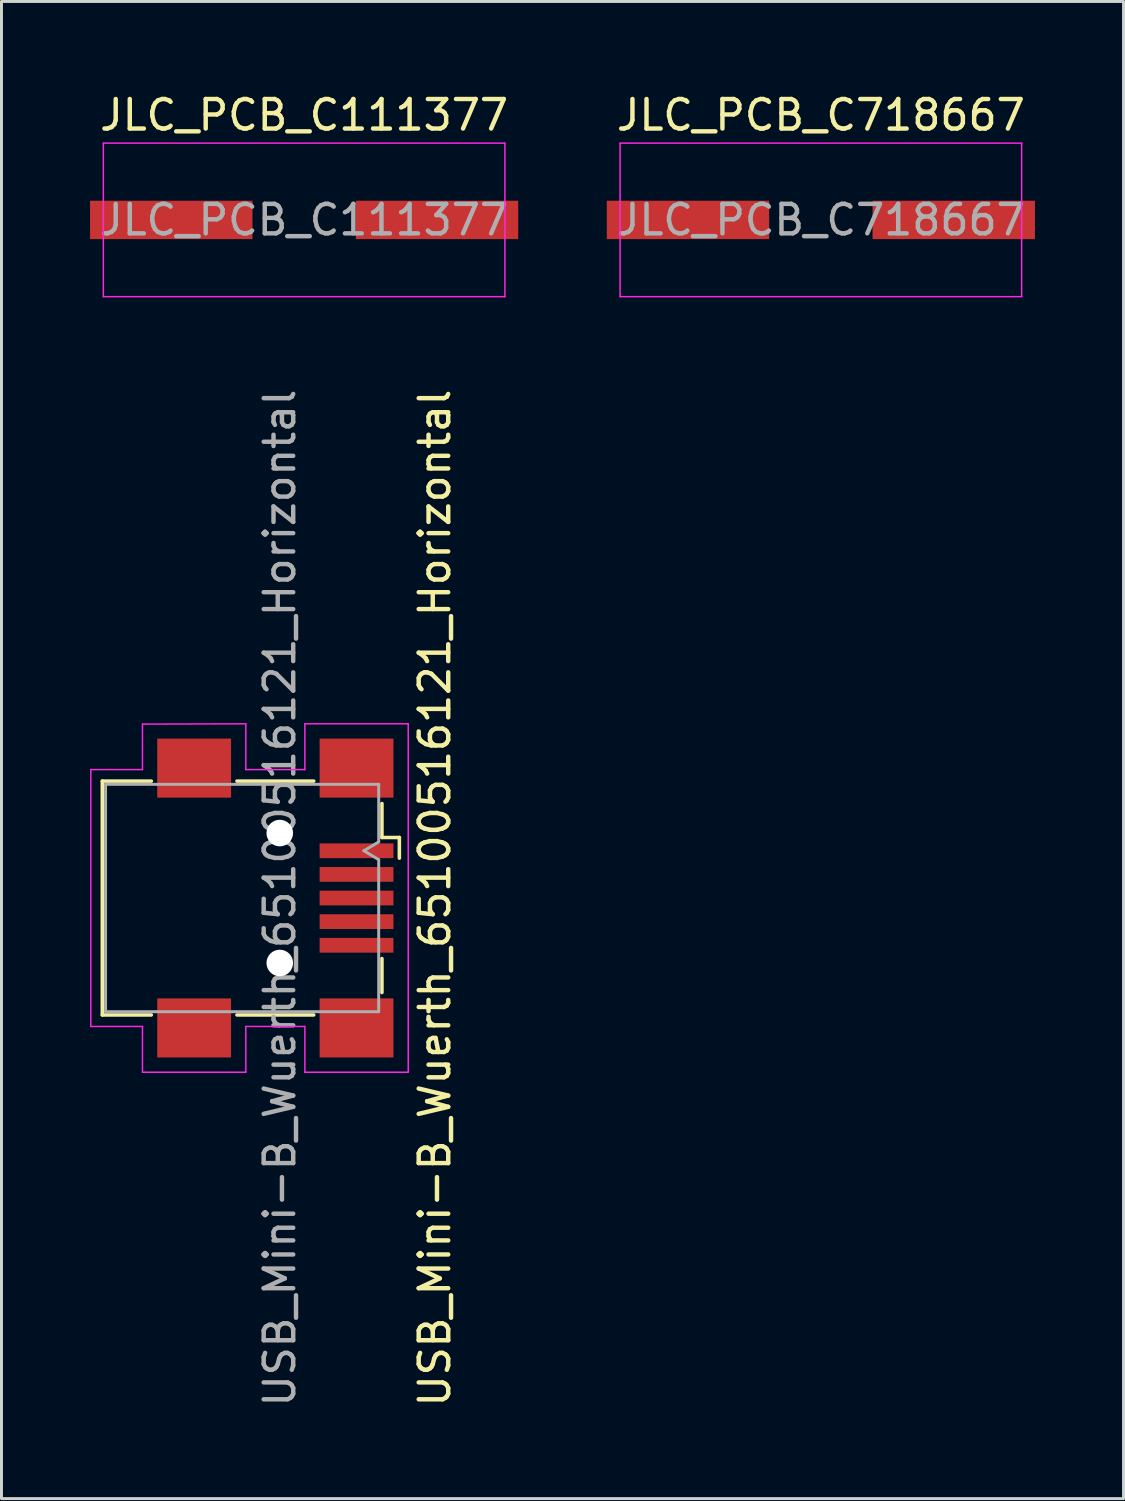
<source format=kicad_pcb>
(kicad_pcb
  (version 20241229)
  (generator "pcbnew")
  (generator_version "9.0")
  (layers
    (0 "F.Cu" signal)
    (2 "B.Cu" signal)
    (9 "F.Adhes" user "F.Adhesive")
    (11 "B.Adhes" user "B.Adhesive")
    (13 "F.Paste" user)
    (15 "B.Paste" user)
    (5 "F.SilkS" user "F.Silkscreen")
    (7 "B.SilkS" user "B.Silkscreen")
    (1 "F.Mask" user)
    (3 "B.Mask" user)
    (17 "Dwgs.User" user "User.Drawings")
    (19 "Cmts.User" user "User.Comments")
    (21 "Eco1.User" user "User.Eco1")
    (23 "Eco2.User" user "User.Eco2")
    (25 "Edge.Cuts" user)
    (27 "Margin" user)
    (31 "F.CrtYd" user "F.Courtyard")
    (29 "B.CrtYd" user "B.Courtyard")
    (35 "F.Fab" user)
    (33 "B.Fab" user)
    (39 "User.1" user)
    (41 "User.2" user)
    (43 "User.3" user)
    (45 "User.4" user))
  (footprint "JLC_PCB_C111377"
    (layer "F.Cu")
    (at 7.25 4.398)
    (property "Reference" "JLC_PCB_C111377" (at 0 -3.55 0) (layer "F.SilkS") (effects (font (size 1 1) (thickness 0.15))))
    (attr smd)
    (fp_line (start -6.8 -2.6) (end -6.8 2.6) (stroke (width 0.05) (type solid)) (layer "F.CrtYd"))
    (fp_line (start -6.8 2.6) (end 6.8 2.6) (stroke (width 0.05) (type solid)) (layer "F.CrtYd"))
    (fp_line (start 6.8 -2.6) (end -6.8 -2.6) (stroke (width 0.05) (type solid)) (layer "F.CrtYd"))
    (fp_line (start 6.8 2.6) (end 6.8 -2.6) (stroke (width 0.05) (type solid)) (layer "F.CrtYd"))
    (fp_text user "${REFERENCE}" (at 0 0 0) (layer "F.Fab") (effects (font (size 1 1) (thickness 0.15))))
    (pad "1" smd rect (at -4.5 0) (size 5.5 1.3) (layers "F.Cu" "F.Mask" "F.Paste"))
    (pad "2" smd rect (at 4.5 0) (size 5.5 1.3) (layers "F.Cu" "F.Mask" "F.Paste")))
  (footprint "USB_Mini-B_Wuerth_65100516121_Horizontal"
    (layer "F.Cu")
    (at 5.525 26.788)
    (property "Reference" "USB_Mini-B_Wuerth_65100516121_Horizontal" (at 6.15 0.575 270) (layer "F.SilkS") (effects (font (size 1 1) (thickness 0.15))))
    (attr smd)
    (fp_line (start -5.11 -3.385) (end -5.11 4.535) (stroke (width 0.12) (type solid)) (layer "F.SilkS"))
    (fp_line (start -5.11 4.535) (end -3.45 4.535) (stroke (width 0.12) (type solid)) (layer "F.SilkS"))
    (fp_line (start -3.45 -3.385) (end -5.11 -3.385) (stroke (width 0.12) (type solid)) (layer "F.SilkS"))
    (fp_line (start -0.55 -3.385) (end 2.05 -3.385) (stroke (width 0.12) (type solid)) (layer "F.SilkS"))
    (fp_line (start 2.05 4.535) (end -0.55 4.535) (stroke (width 0.12) (type solid)) (layer "F.SilkS"))
    (fp_line (start 4.36 -2.625) (end 4.36 -1.475) (stroke (width 0.12) (type solid)) (layer "F.SilkS"))
    (fp_line (start 4.36 -1.475) (end 4.95 -1.475) (stroke (width 0.12) (type solid)) (layer "F.SilkS"))
    (fp_line (start 4.36 2.625) (end 4.36 3.775) (stroke (width 0.12) (type solid)) (layer "F.SilkS"))
    (fp_line (start 4.95 -1.475) (end 4.95 -0.775) (stroke (width 0.12) (type solid)) (layer "F.SilkS"))
    (fp_line (start -5.5 -3.775) (end -3.75 -3.775) (stroke (width 0.05) (type solid)) (layer "F.CrtYd"))
    (fp_line (start -5.5 4.925) (end -5.5 -3.775) (stroke (width 0.05) (type solid)) (layer "F.CrtYd"))
    (fp_line (start -3.75 -5.315) (end -0.25 -5.325) (stroke (width 0.05) (type solid)) (layer "F.CrtYd"))
    (fp_line (start -3.75 -3.775) (end -3.75 -5.315) (stroke (width 0.05) (type solid)) (layer "F.CrtYd"))
    (fp_line (start -3.75 4.925) (end -5.5 4.925) (stroke (width 0.05) (type solid)) (layer "F.CrtYd"))
    (fp_line (start -3.75 6.475) (end -3.75 4.925) (stroke (width 0.05) (type solid)) (layer "F.CrtYd"))
    (fp_line (start -0.25 -5.325) (end -0.25 -3.775) (stroke (width 0.05) (type solid)) (layer "F.CrtYd"))
    (fp_line (start -0.25 -3.775) (end 1.75 -3.775) (stroke (width 0.05) (type solid)) (layer "F.CrtYd"))
    (fp_line (start -0.25 4.925) (end -0.25 6.475) (stroke (width 0.05) (type solid)) (layer "F.CrtYd"))
    (fp_line (start -0.25 6.475) (end -3.75 6.475) (stroke (width 0.05) (type solid)) (layer "F.CrtYd"))
    (fp_line (start 1.75 -5.325) (end 5.25 -5.325) (stroke (width 0.05) (type solid)) (layer "F.CrtYd"))
    (fp_line (start 1.75 -3.775) (end 1.75 -5.325) (stroke (width 0.05) (type solid)) (layer "F.CrtYd"))
    (fp_line (start 1.75 4.925) (end -0.25 4.925) (stroke (width 0.05) (type solid)) (layer "F.CrtYd"))
    (fp_line (start 1.75 6.475) (end 1.75 4.925) (stroke (width 0.05) (type solid)) (layer "F.CrtYd"))
    (fp_line (start 5.25 -5.325) (end 5.25 6.475) (stroke (width 0.05) (type solid)) (layer "F.CrtYd"))
    (fp_line (start 5.25 6.475) (end 1.75 6.475) (stroke (width 0.05) (type solid)) (layer "F.CrtYd"))
    (fp_line (start -5 -3.275) (end 4.25 -3.275) (stroke (width 0.1) (type solid)) (layer "F.Fab"))
    (fp_line (start -5 4.425) (end -5 -3.275) (stroke (width 0.1) (type solid)) (layer "F.Fab"))
    (fp_line (start 3.75 -1.025) (end 4.25 -0.725) (stroke (width 0.1) (type solid)) (layer "F.Fab"))
    (fp_line (start 4.25 -3.275) (end 4.25 -1.325) (stroke (width 0.1) (type solid)) (layer "F.Fab"))
    (fp_line (start 4.25 -1.325) (end 3.75 -1.025) (stroke (width 0.1) (type solid)) (layer "F.Fab"))
    (fp_line (start 4.25 -0.725) (end 4.25 4.425) (stroke (width 0.1) (type solid)) (layer "F.Fab"))
    (fp_line (start 4.25 4.425) (end -5 4.425) (stroke (width 0.1) (type solid)) (layer "F.Fab"))
    (fp_text user "${REFERENCE}" (at 0.9 0.575 270) (layer "F.Fab") (effects (font (size 1 1) (thickness 0.15))))
    (pad "" np_thru_hole circle (at 0.9 -1.625 270) (size 0.9 0.9) (drill 0.9) (layers "*.Cu" "*.Mask"))
    (pad "" np_thru_hole circle (at 0.9 2.775 270) (size 0.9 0.9) (drill 0.9) (layers "*.Cu" "*.Mask"))
    (pad "1" smd rect (at 3.5 -1.025 270) (size 0.5 2.5) (layers "F.Cu" "F.Mask" "F.Paste"))
    (pad "2" smd rect (at 3.5 -0.225 270) (size 0.5 2.5) (layers "F.Cu" "F.Mask" "F.Paste"))
    (pad "3" smd rect (at 3.5 0.575 270) (size 0.5 2.5) (layers "F.Cu" "F.Mask" "F.Paste"))
    (pad "4" smd rect (at 3.5 1.375 270) (size 0.5 2.5) (layers "F.Cu" "F.Mask" "F.Paste"))
    (pad "5" smd rect (at 3.5 2.175 270) (size 0.5 2.5) (layers "F.Cu" "F.Mask" "F.Paste"))
    (pad "6" smd rect (at -2 -3.825 270) (size 2 2.5) (layers "F.Cu" "F.Mask" "F.Paste"))
    (pad "6" smd rect (at -2 4.975 270) (size 2 2.5) (layers "F.Cu" "F.Mask" "F.Paste"))
    (pad "6" smd rect (at 3.5 -3.825 270) (size 2 2.5) (layers "F.Cu" "F.Mask" "F.Paste"))
    (pad "6" smd rect (at 3.5 4.975 270) (size 2 2.5) (layers "F.Cu" "F.Mask" "F.Paste")))
  (footprint "JLC_PCB_C718667"
    (layer "F.Cu")
    (at 24.75 4.398)
    (property "Reference" "JLC_PCB_C718667" (at 0 -3.55 0) (layer "F.SilkS") (effects (font (size 1 1) (thickness 0.15))))
    (attr smd)
    (fp_line (start -6.8 -2.6) (end -6.8 2.6) (stroke (width 0.05) (type solid)) (layer "F.CrtYd"))
    (fp_line (start -6.8 2.6) (end 6.8 2.6) (stroke (width 0.05) (type solid)) (layer "F.CrtYd"))
    (fp_line (start 6.8 -2.6) (end -6.8 -2.6) (stroke (width 0.05) (type solid)) (layer "F.CrtYd"))
    (fp_line (start 6.8 2.6) (end 6.8 -2.6) (stroke (width 0.05) (type solid)) (layer "F.CrtYd"))
    (fp_text user "${REFERENCE}" (at 0 0 0) (layer "F.Fab") (effects (font (size 1 1) (thickness 0.15))))
    (pad "1" smd rect (at -4.5 0) (size 5.5 1.3) (layers "F.Cu" "F.Mask" "F.Paste"))
    (pad "2" smd rect (at 4.5 0) (size 5.5 1.3) (layers "F.Cu" "F.Mask" "F.Paste")))
  (gr_rect
    (start -3 -3)
    (end 35 47.702)
    (stroke (width 0.1) (type default))
    (fill no)
    (layer "Edge.Cuts")))
</source>
